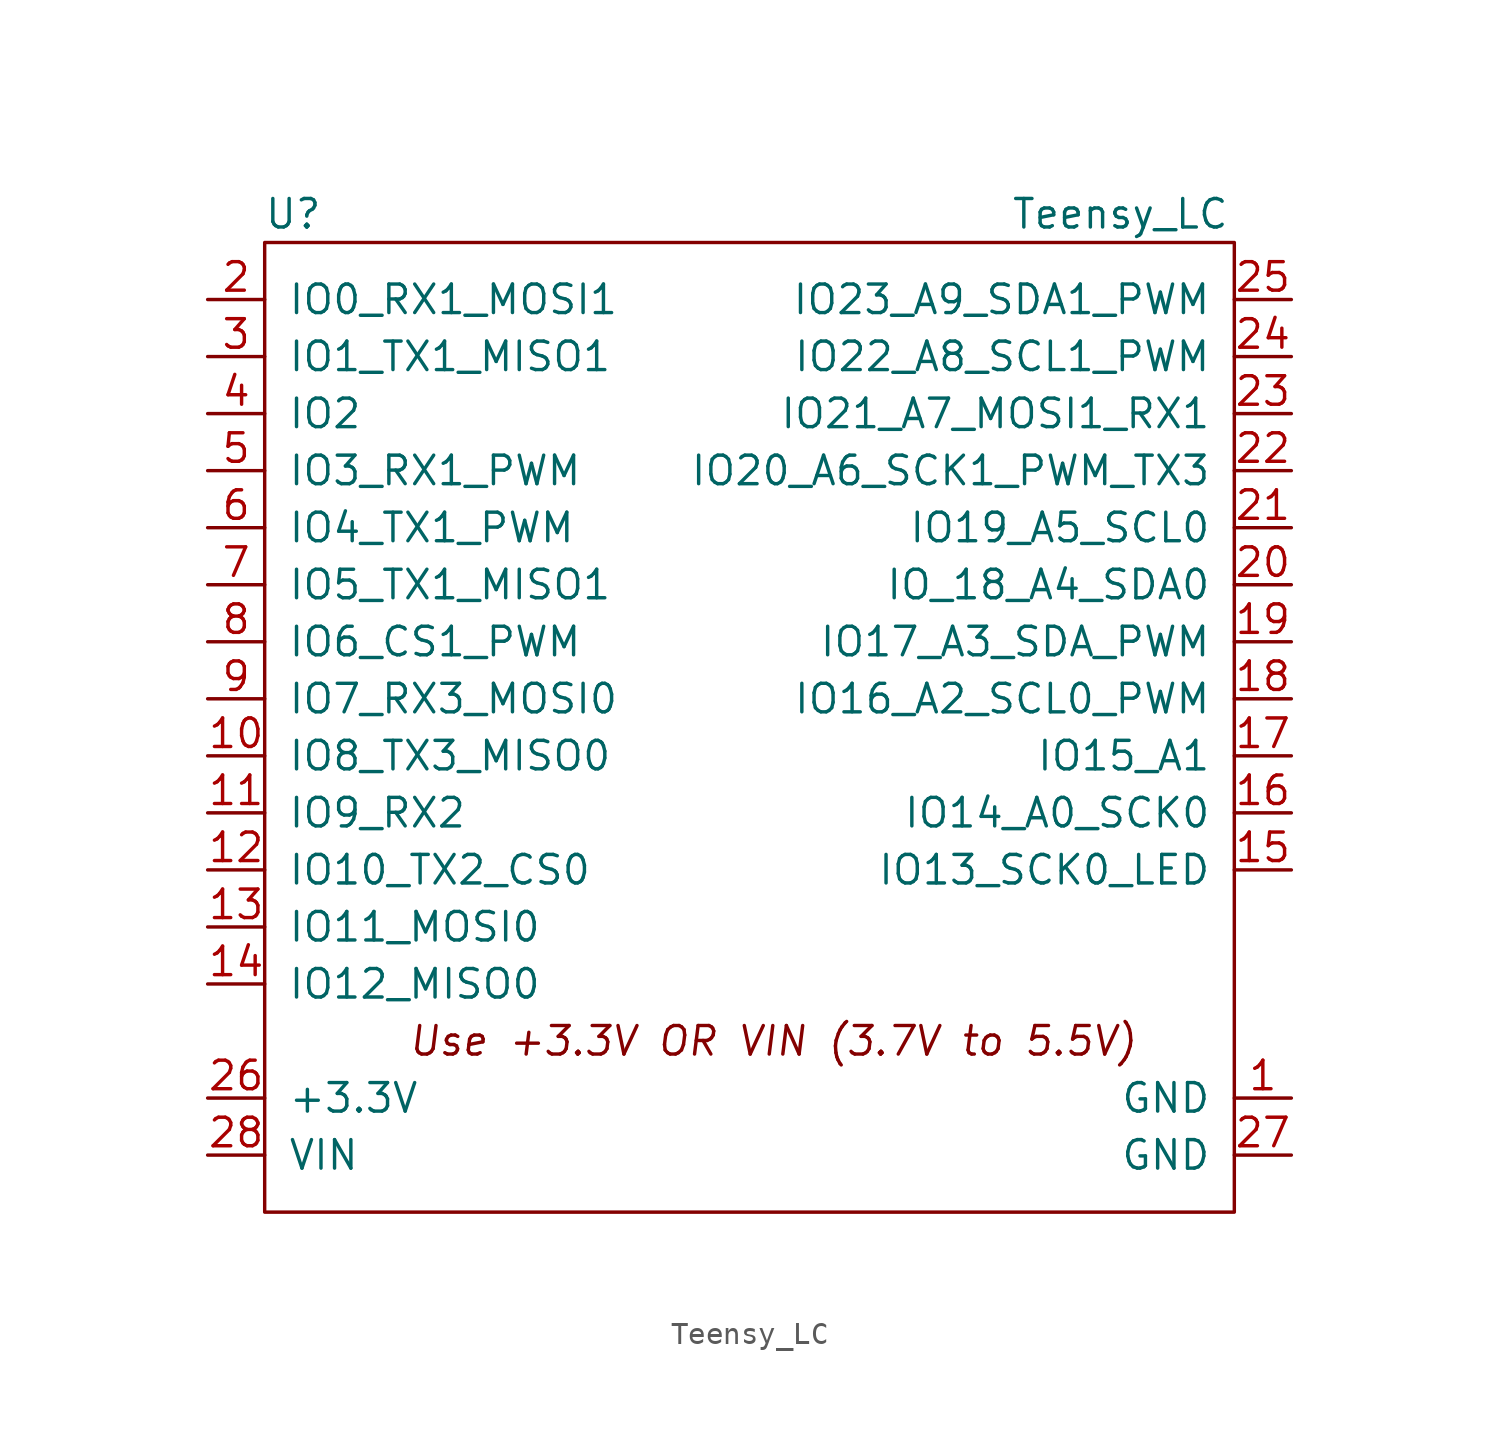
<source format=kicad_sym>
(kicad_symbol_lib
  (version 20241209)
  (generator "kicad_symbol_editor")
  (generator_version "9.0")
  (symbol "Teensy_LC"
    (pin_names
      (offset 1.016))
    (property "Reference" "U"
      (at -20.32 21.59 0)
      (effects (font (size 1.27 1.27))))
    (property "Value" "Teensy_LC"
      (at 16.51 21.59 0)
      (effects (font (size 1.27 1.27))))
    (symbol "Teensy_LC_0_0"
      (text "Use +3.3V OR VIN (3.7V to 5.5V)" (at -15.24 -15.24 0) (effects (font (size 1.27 1.27) (italic yes)) (justify left)))
      (pin bidirectional line (at -24.13 17.78 0) (length 2.54) (name "IO0_RX1_MOSI1" (effects (font (size 1.27 1.27)))) (number "2" (effects (font (size 1.27 1.27)))))
      (pin bidirectional line (at -24.13 15.24 0) (length 2.54) (name "IO1_TX1_MISO1" (effects (font (size 1.27 1.27)))) (number "3" (effects (font (size 1.27 1.27)))))
      (pin bidirectional line (at -24.13 12.7 0) (length 2.54) (name "IO2" (effects (font (size 1.27 1.27)))) (number "4" (effects (font (size 1.27 1.27)))))
      (pin bidirectional line (at -24.13 10.16 0) (length 2.54) (name "IO3_RX1_PWM" (effects (font (size 1.27 1.27)))) (number "5" (effects (font (size 1.27 1.27)))))
      (pin bidirectional line (at -24.13 7.62 0) (length 2.54) (name "IO4_TX1_PWM" (effects (font (size 1.27 1.27)))) (number "6" (effects (font (size 1.27 1.27)))))
      (pin bidirectional line (at -24.13 5.08 0) (length 2.54) (name "IO5_TX1_MISO1" (effects (font (size 1.27 1.27)))) (number "7" (effects (font (size 1.27 1.27)))))
      (pin bidirectional line (at -24.13 2.54 0) (length 2.54) (name "IO6_CS1_PWM" (effects (font (size 1.27 1.27)))) (number "8" (effects (font (size 1.27 1.27)))))
      (pin bidirectional line (at -24.13 0 0) (length 2.54) (name "IO7_RX3_MOSI0" (effects (font (size 1.27 1.27)))) (number "9" (effects (font (size 1.27 1.27)))))
      (pin bidirectional line (at -24.13 -2.54 0) (length 2.54) (name "IO8_TX3_MISO0" (effects (font (size 1.27 1.27)))) (number "10" (effects (font (size 1.27 1.27)))))
      (pin bidirectional line (at -24.13 -5.08 0) (length 2.54) (name "IO9_RX2" (effects (font (size 1.27 1.27)))) (number "11" (effects (font (size 1.27 1.27)))))
      (pin bidirectional line (at -24.13 -7.62 0) (length 2.54) (name "IO10_TX2_CS0" (effects (font (size 1.27 1.27)))) (number "12" (effects (font (size 1.27 1.27)))))
      (pin bidirectional line (at -24.13 -10.16 0) (length 2.54) (name "IO11_MOSI0" (effects (font (size 1.27 1.27)))) (number "13" (effects (font (size 1.27 1.27)))))
      (pin bidirectional line (at -24.13 -12.7 0) (length 2.54) (name "IO12_MISO0" (effects (font (size 1.27 1.27)))) (number "14" (effects (font (size 1.27 1.27)))))
      (pin power_in line (at -24.13 -17.78 0) (length 2.54) (name "+3.3V" (effects (font (size 1.27 1.27)))) (number "26" (effects (font (size 1.27 1.27)))))
      (pin power_in line (at -24.13 -20.32 0) (length 2.54) (name "VIN" (effects (font (size 1.27 1.27)))) (number "28" (effects (font (size 1.27 1.27)))))
      (pin bidirectional line (at 24.13 17.78 180) (length 2.54) (name "IO23_A9_SDA1_PWM" (effects (font (size 1.27 1.27)))) (number "25" (effects (font (size 1.27 1.27)))))
      (pin bidirectional line (at 24.13 15.24 180) (length 2.54) (name "IO22_A8_SCL1_PWM" (effects (font (size 1.27 1.27)))) (number "24" (effects (font (size 1.27 1.27)))))
      (pin bidirectional line (at 24.13 12.7 180) (length 2.54) (name "IO21_A7_MOSI1_RX1" (effects (font (size 1.27 1.27)))) (number "23" (effects (font (size 1.27 1.27)))))
      (pin bidirectional line (at 24.13 10.16 180) (length 2.54) (name "IO20_A6_SCK1_PWM_TX3" (effects (font (size 1.27 1.27)))) (number "22" (effects (font (size 1.27 1.27)))))
      (pin bidirectional line (at 24.13 7.62 180) (length 2.54) (name "IO19_A5_SCL0" (effects (font (size 1.27 1.27)))) (number "21" (effects (font (size 1.27 1.27)))))
      (pin bidirectional line (at 24.13 5.08 180) (length 2.54) (name "IO_18_A4_SDA0" (effects (font (size 1.27 1.27)))) (number "20" (effects (font (size 1.27 1.27)))))
      (pin bidirectional line (at 24.13 2.54 180) (length 2.54) (name "IO17_A3_SDA_PWM" (effects (font (size 1.27 1.27)))) (number "19" (effects (font (size 1.27 1.27)))))
      (pin bidirectional line (at 24.13 0 180) (length 2.54) (name "IO16_A2_SCL0_PWM" (effects (font (size 1.27 1.27)))) (number "18" (effects (font (size 1.27 1.27)))))
      (pin bidirectional line (at 24.13 -2.54 180) (length 2.54) (name "IO15_A1" (effects (font (size 1.27 1.27)))) (number "17" (effects (font (size 1.27 1.27)))))
      (pin bidirectional line (at 24.13 -5.08 180) (length 2.54) (name "IO14_A0_SCK0" (effects (font (size 1.27 1.27)))) (number "16" (effects (font (size 1.27 1.27)))))
      (pin bidirectional line (at 24.13 -7.62 180) (length 2.54) (name "IO13_SCK0_LED" (effects (font (size 1.27 1.27)))) (number "15" (effects (font (size 1.27 1.27)))))
      (pin power_in line (at 24.13 -17.78 180) (length 2.54) (name "GND" (effects (font (size 1.27 1.27)))) (number "1" (effects (font (size 1.27 1.27)))))
      (pin power_in line (at 24.13 -20.32 180) (length 2.54) (name "GND" (effects (font (size 1.27 1.27)))) (number "27" (effects (font (size 1.27 1.27))))))
    (symbol "Teensy_LC_0_1"
      (rectangle (start -21.59 20.32) (end 21.59 -22.86) (stroke (width 0) (type default)) (fill (type none))))))
</source>
